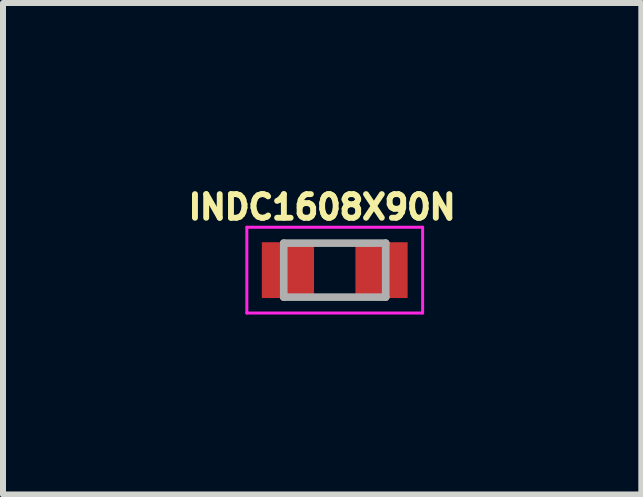
<source format=kicad_pcb>
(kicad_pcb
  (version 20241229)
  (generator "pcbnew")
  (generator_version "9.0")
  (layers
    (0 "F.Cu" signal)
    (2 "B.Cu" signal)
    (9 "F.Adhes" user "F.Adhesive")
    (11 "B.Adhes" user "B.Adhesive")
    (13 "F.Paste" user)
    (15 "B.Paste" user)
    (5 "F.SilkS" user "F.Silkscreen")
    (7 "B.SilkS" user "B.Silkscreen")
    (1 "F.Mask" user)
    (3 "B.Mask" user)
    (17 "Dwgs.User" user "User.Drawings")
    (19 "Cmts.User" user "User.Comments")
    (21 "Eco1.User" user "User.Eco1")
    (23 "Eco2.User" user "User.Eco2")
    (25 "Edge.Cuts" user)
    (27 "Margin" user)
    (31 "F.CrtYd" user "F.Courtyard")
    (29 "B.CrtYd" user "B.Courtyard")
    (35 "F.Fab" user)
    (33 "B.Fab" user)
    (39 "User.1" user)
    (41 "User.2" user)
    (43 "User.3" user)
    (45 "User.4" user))
  (footprint "INDC1608X90N"
    (layer "F.Cu")
    (at 2.53 1.453)
    (property "Reference" "INDC1608X90N" (at -0.21 -1.05 0) (layer "F.SilkS") (effects (font (size 0.394 0.394) (thickness 0.15))))
    (attr smd)
    (fp_line (start -1.465 -0.715) (end 1.465 -0.715) (stroke (width 0.05) (type solid)) (layer "F.CrtYd"))
    (fp_line (start -1.465 0.715) (end -1.465 -0.715) (stroke (width 0.05) (type solid)) (layer "F.CrtYd"))
    (fp_line (start -1.465 0.715) (end 1.465 0.715) (stroke (width 0.05) (type solid)) (layer "F.CrtYd"))
    (fp_line (start 1.465 0.715) (end 1.465 -0.715) (stroke (width 0.05) (type solid)) (layer "F.CrtYd"))
    (fp_line (start -0.85 0.45) (end -0.85 -0.45) (stroke (width 0.127) (type solid)) (layer "F.Fab"))
    (fp_line (start 0.85 -0.45) (end -0.85 -0.45) (stroke (width 0.127) (type solid)) (layer "F.Fab"))
    (fp_line (start 0.85 0.45) (end -0.85 0.45) (stroke (width 0.127) (type solid)) (layer "F.Fab"))
    (fp_line (start 0.85 0.45) (end 0.85 -0.45) (stroke (width 0.127) (type solid)) (layer "F.Fab"))
    (pad "1" smd rect (at -0.78 0) (size 0.87 0.93) (layers "F.Cu" "F.Mask" "F.Paste"))
    (pad "2" smd rect (at 0.78 0) (size 0.87 0.93) (layers "F.Cu" "F.Mask" "F.Paste")))
  (gr_rect
    (start -3 -3)
    (end 7.641 5.193)
    (stroke (width 0.1) (type default))
    (fill no)
    (layer "Edge.Cuts")))
</source>
